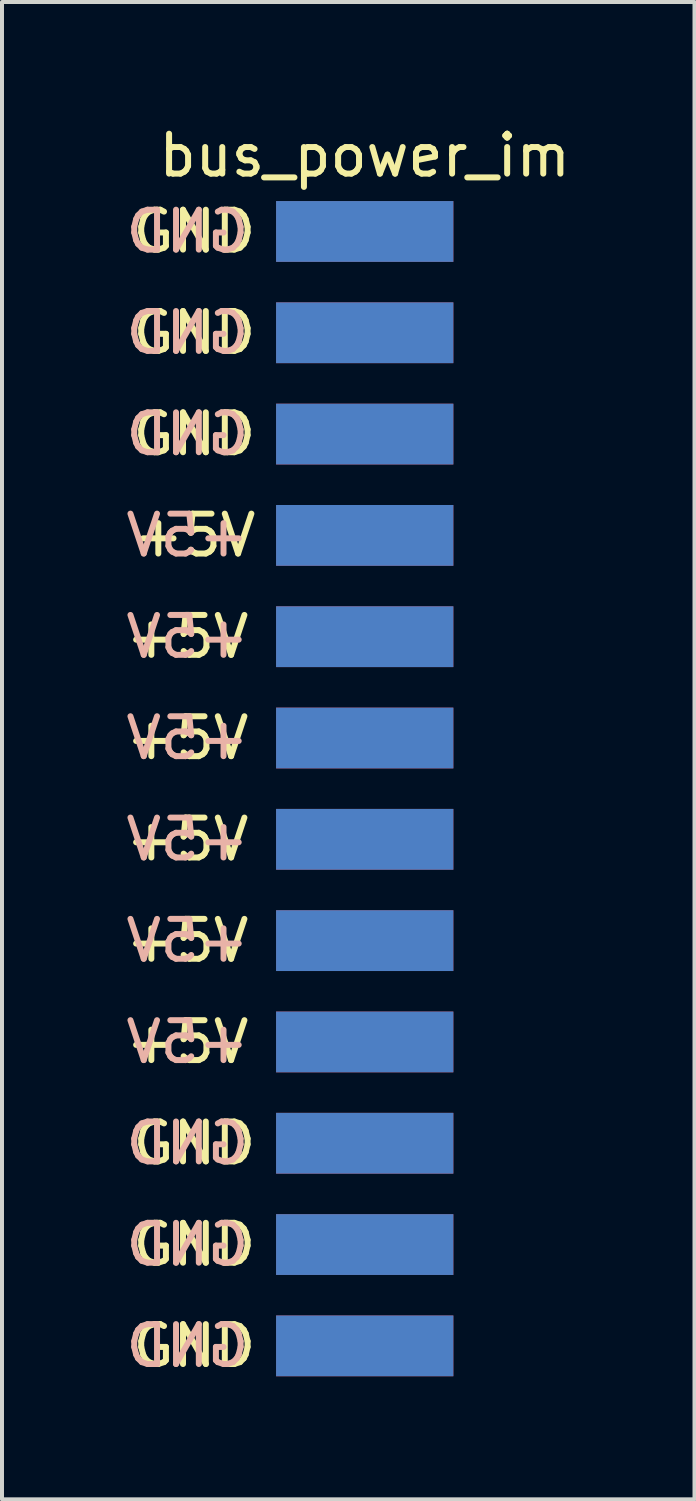
<source format=kicad_pcb>
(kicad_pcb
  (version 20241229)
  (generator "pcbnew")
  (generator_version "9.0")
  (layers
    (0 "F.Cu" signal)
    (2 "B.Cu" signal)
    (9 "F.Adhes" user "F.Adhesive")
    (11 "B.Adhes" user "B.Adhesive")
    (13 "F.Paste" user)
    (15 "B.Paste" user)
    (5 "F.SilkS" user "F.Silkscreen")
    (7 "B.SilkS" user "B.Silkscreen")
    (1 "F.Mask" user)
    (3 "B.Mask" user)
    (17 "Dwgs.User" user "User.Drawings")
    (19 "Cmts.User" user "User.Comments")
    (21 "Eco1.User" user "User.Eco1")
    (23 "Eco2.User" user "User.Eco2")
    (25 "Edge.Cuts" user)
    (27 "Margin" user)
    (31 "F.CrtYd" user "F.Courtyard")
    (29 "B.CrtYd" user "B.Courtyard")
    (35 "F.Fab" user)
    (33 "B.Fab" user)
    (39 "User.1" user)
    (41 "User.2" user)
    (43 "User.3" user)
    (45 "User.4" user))
  (footprint "bus_power_im"
    (layer "F.Cu")
    (at 6.094 2.753)
    (property "Reference" "bus_power_im" (at 0 -1.905 0) (layer "F.SilkS") (effects (font (size 1 1) (thickness 0.15))))
    (attr smd)
    (fp_text user "GND" (at -4.27 27.94 0) (layer "F.SilkS") (effects (font (size 1 1) (thickness 0.15))))
    (fp_text user "+5V" (at -4.445 20.32 0) (layer "F.SilkS") (effects (font (size 1 1) (thickness 0.15))))
    (fp_text user "GND" (at -4.27 0 0) (layer "F.SilkS") (effects (font (size 1 1) (thickness 0.15))))
    (fp_text user "+5V" (at -4.445 15.24 0) (layer "F.SilkS") (effects (font (size 1 1) (thickness 0.15))))
    (fp_text user "GND" (at -4.27 5.08 0) (layer "F.SilkS") (effects (font (size 1 1) (thickness 0.15))))
    (fp_text user "+5V" (at -4.445 10.16 0) (layer "F.SilkS") (effects (font (size 1 1) (thickness 0.15))))
    (fp_text user "+5V" (at -4.445 12.7 0) (layer "F.SilkS") (effects (font (size 1 1) (thickness 0.15))))
    (fp_text user "GND" (at -4.27 25.4 0) (layer "F.SilkS") (effects (font (size 1 1) (thickness 0.15))))
    (fp_text user "+5V" (at -4.445 17.78 0) (layer "F.SilkS") (effects (font (size 1 1) (thickness 0.15))))
    (fp_text user "GND" (at -4.27 2.54 0) (layer "F.SilkS") (effects (font (size 1 1) (thickness 0.15))))
    (fp_text user "+5V" (at -4.27 7.62 0) (layer "F.SilkS") (effects (font (size 1 1) (thickness 0.15))))
    (fp_text user "GND" (at -4.27 22.86 0) (layer "F.SilkS") (effects (font (size 1 1) (thickness 0.15))))
    (fp_text user "GND" (at -4.445 27.94 0) (layer "B.SilkS") (effects (font (size 1 1) (thickness 0.15)) (justify mirror)))
    (fp_text user "GND" (at -4.445 25.4 0) (layer "B.SilkS") (effects (font (size 1 1) (thickness 0.15)) (justify mirror)))
    (fp_text user "+5V" (at -4.445 17.78 0) (layer "B.SilkS") (effects (font (size 1 1) (thickness 0.15)) (justify mirror)))
    (fp_text user "GND" (at -4.445 2.54 0) (layer "B.SilkS") (effects (font (size 1 1) (thickness 0.15)) (justify mirror)))
    (fp_text user "GND" (at -4.445 5.08 0) (layer "B.SilkS") (effects (font (size 1 1) (thickness 0.15)) (justify mirror)))
    (fp_text user "+5V" (at -4.445 7.62 0) (layer "B.SilkS") (effects (font (size 1 1) (thickness 0.15)) (justify mirror)))
    (fp_text user "+5V" (at -4.445 15.24 0) (layer "B.SilkS") (effects (font (size 1 1) (thickness 0.15)) (justify mirror)))
    (fp_text user "GND" (at -4.445 0 0) (layer "B.SilkS") (effects (font (size 1 1) (thickness 0.15)) (justify mirror)))
    (fp_text user "+5V" (at -4.445 10.16 0) (layer "B.SilkS") (effects (font (size 1 1) (thickness 0.15)) (justify mirror)))
    (fp_text user "+5V" (at -4.445 20.32 0) (layer "B.SilkS") (effects (font (size 1 1) (thickness 0.15)) (justify mirror)))
    (fp_text user "GND" (at -4.445 22.86 0) (layer "B.SilkS") (effects (font (size 1 1) (thickness 0.15)) (justify mirror)))
    (fp_text user "+5V" (at -4.445 12.7 0) (layer "B.SilkS") (effects (font (size 1 1) (thickness 0.15)) (justify mirror)))
    (pad "1" smd rect (at 0 0) (size 4.445 1.524) (layers "B.Cu" "B.Mask" "B.Paste"))
    (pad "2" smd rect (at 0 0) (size 4.445 1.524) (layers "F.Cu" "F.Mask" "F.Paste"))
    (pad "3" smd rect (at 0 2.54) (size 4.445 1.524) (layers "B.Cu" "B.Mask" "B.Paste"))
    (pad "4" smd rect (at 0 2.54) (size 4.445 1.524) (layers "F.Cu" "F.Mask" "F.Paste"))
    (pad "5" smd rect (at 0 5.08) (size 4.445 1.524) (layers "B.Cu" "B.Mask" "B.Paste"))
    (pad "6" smd rect (at 0 5.08) (size 4.445 1.524) (layers "F.Cu" "F.Mask" "F.Paste"))
    (pad "7" smd rect (at 0 7.62) (size 4.445 1.524) (layers "B.Cu" "B.Mask" "B.Paste"))
    (pad "8" smd rect (at 0 7.62) (size 4.445 1.524) (layers "F.Cu" "F.Mask" "F.Paste"))
    (pad "9" smd rect (at 0 10.16) (size 4.445 1.524) (layers "B.Cu" "B.Mask" "B.Paste"))
    (pad "10" smd rect (at 0 10.16) (size 4.445 1.524) (layers "F.Cu" "F.Mask" "F.Paste"))
    (pad "11" smd rect (at 0 12.7) (size 4.445 1.524) (layers "B.Cu" "B.Mask" "B.Paste"))
    (pad "12" smd rect (at 0 12.7) (size 4.445 1.524) (layers "F.Cu" "F.Mask" "F.Paste"))
    (pad "13" smd rect (at 0 15.24) (size 4.445 1.524) (layers "B.Cu" "B.Mask" "B.Paste"))
    (pad "14" smd rect (at 0 15.24) (size 4.445 1.524) (layers "F.Cu" "F.Mask" "F.Paste"))
    (pad "15" smd rect (at 0 17.78) (size 4.445 1.524) (layers "B.Cu" "B.Mask" "B.Paste"))
    (pad "16" smd rect (at 0 17.78) (size 4.445 1.524) (layers "F.Cu" "F.Mask" "F.Paste"))
    (pad "17" smd rect (at 0 20.32) (size 4.445 1.524) (layers "B.Cu" "B.Mask" "B.Paste"))
    (pad "18" smd rect (at 0 20.32) (size 4.445 1.524) (layers "F.Cu" "F.Mask" "F.Paste"))
    (pad "19" smd rect (at 0 22.86) (size 4.445 1.524) (layers "B.Cu" "B.Mask" "B.Paste"))
    (pad "20" smd rect (at 0 22.86) (size 4.445 1.524) (layers "F.Cu" "F.Mask" "F.Paste"))
    (pad "21" smd rect (at 0 25.4) (size 4.445 1.524) (layers "B.Cu" "B.Mask" "B.Paste"))
    (pad "22" smd rect (at 0 25.4) (size 4.445 1.524) (layers "F.Cu" "F.Mask" "F.Paste"))
    (pad "23" smd rect (at 0 27.94) (size 4.445 1.524) (layers "B.Cu" "B.Mask" "B.Paste"))
    (pad "24" smd rect (at 0 27.94) (size 4.445 1.524) (layers "F.Cu" "F.Mask" "F.Paste")))
  (gr_rect
    (start -3 -3)
    (end 14.362 34.541)
    (stroke (width 0.1) (type default))
    (fill no)
    (layer "Edge.Cuts")))
</source>
